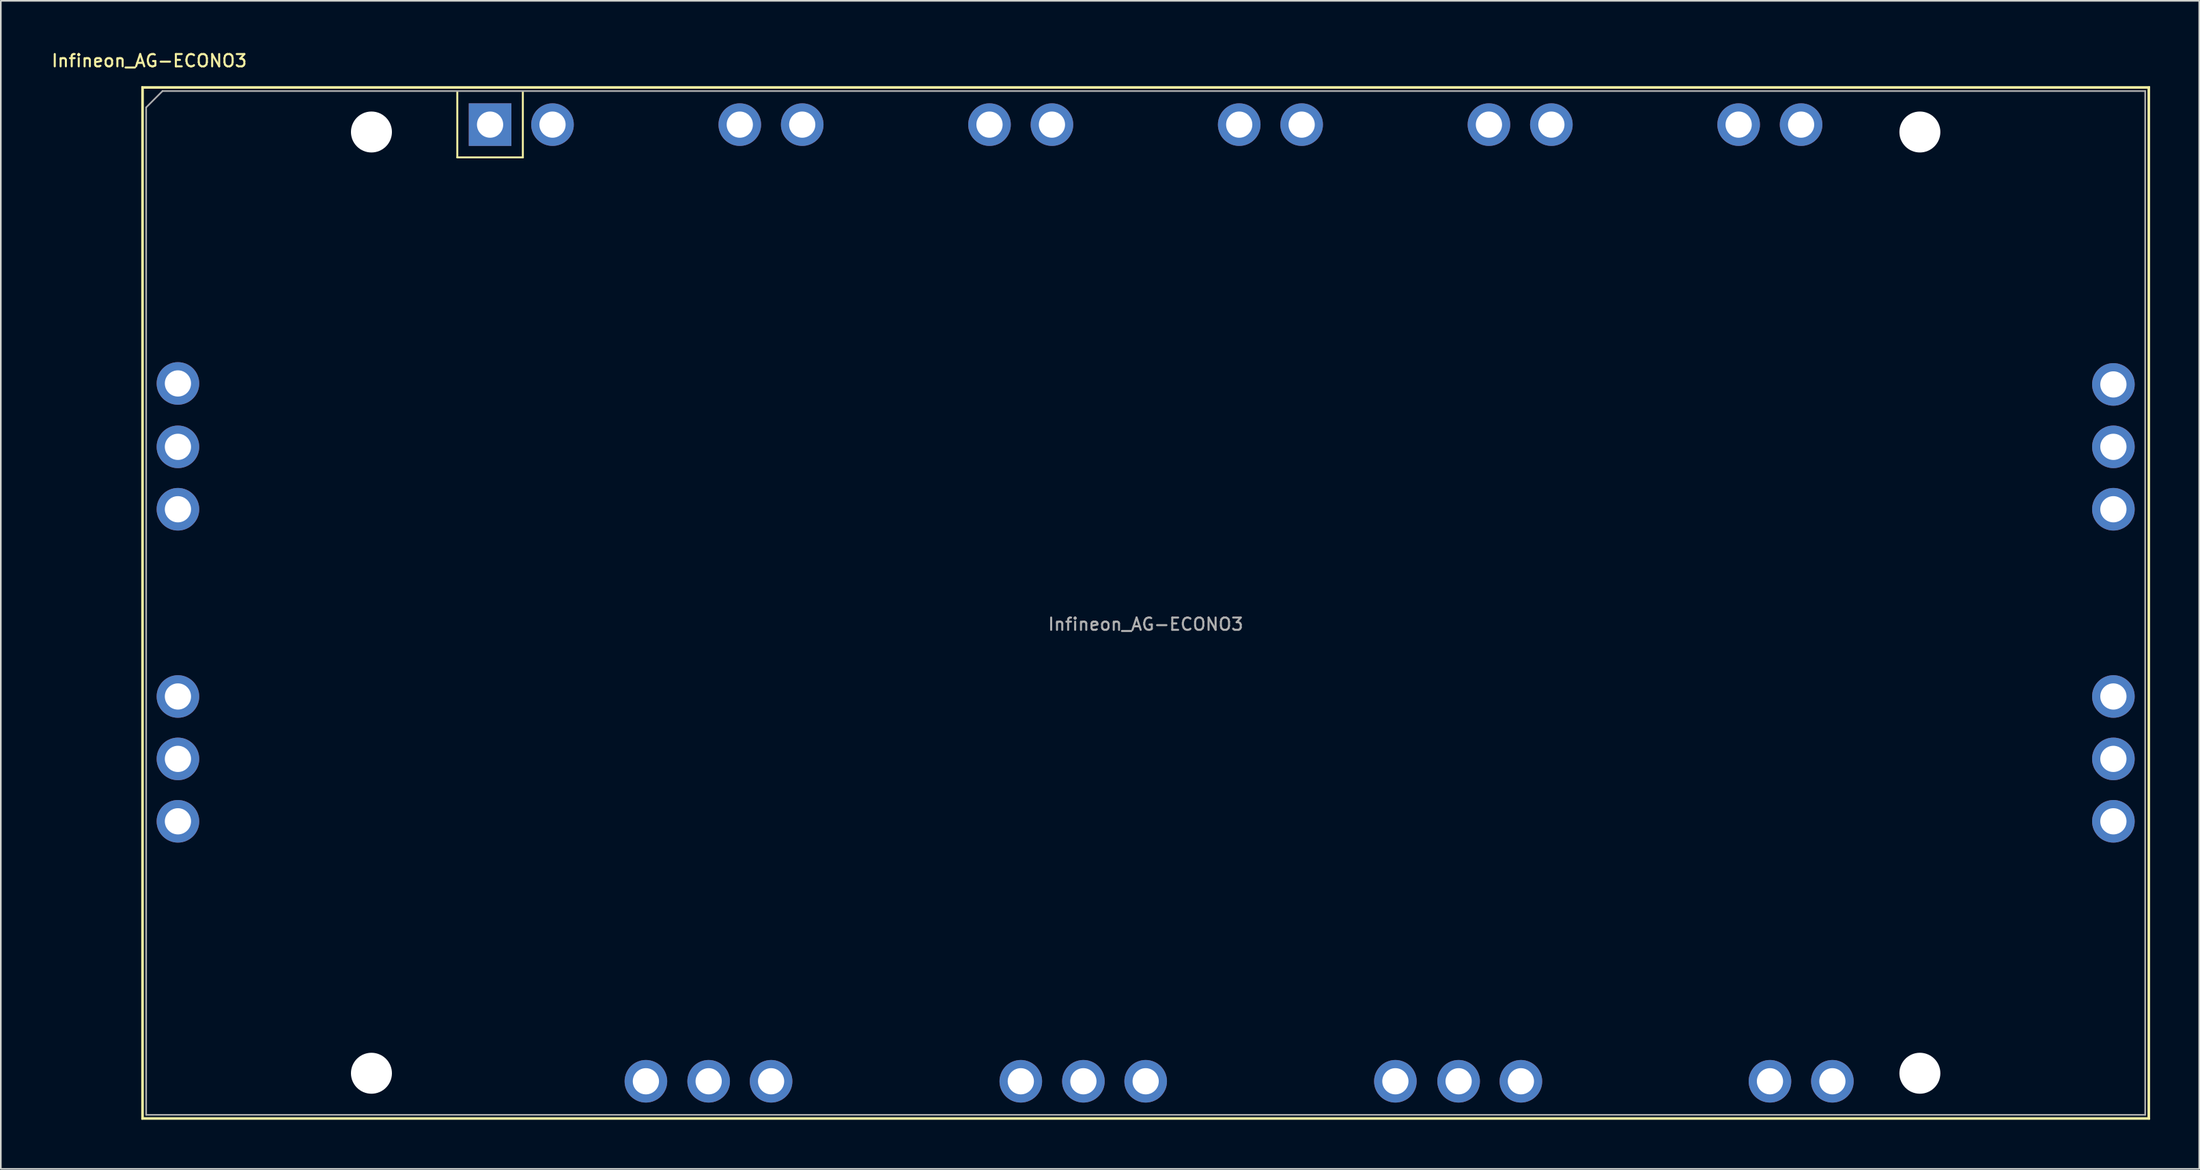
<source format=kicad_pcb>
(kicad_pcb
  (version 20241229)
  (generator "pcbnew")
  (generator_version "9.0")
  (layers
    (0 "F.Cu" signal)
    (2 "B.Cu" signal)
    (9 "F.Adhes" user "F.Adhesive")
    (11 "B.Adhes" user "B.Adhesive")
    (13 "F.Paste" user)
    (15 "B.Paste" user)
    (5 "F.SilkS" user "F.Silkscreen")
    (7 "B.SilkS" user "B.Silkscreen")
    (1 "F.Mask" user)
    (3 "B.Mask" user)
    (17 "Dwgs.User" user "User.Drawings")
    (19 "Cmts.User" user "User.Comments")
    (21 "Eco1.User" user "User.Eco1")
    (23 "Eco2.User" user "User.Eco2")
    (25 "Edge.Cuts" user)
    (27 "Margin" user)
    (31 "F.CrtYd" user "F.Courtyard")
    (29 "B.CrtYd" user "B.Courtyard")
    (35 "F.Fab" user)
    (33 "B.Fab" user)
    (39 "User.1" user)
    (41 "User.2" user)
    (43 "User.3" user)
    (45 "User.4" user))
  (footprint "Infineon_AG-ECONO3"
    (layer "F.Cu")
    (at 26.859 4.558)
    (property "Reference" "Infineon_AG-ECONO3" (at -20.8 -3.9 0) (layer "F.SilkS") (effects (font (size 0.75 0.75) (thickness 0.125))))
    (attr through_hole)
    (fp_line (start -21.24 -2.3) (end -21.24 60.7) (stroke (width 0.1) (type solid)) (layer "F.SilkS"))
    (fp_line (start -21.24 60.7) (end 101.26 60.7) (stroke (width 0.1) (type solid)) (layer "F.SilkS"))
    (fp_line (start -21.19 -2.25) (end 101.21 -2.25) (stroke (width 0.12) (type solid)) (layer "F.SilkS"))
    (fp_line (start -21.19 60.65) (end -21.19 -2.25) (stroke (width 0.12) (type solid)) (layer "F.SilkS"))
    (fp_line (start -2 -2) (end -2 2) (stroke (width 0.12) (type solid)) (layer "F.SilkS"))
    (fp_line (start -2 2) (end 2 2) (stroke (width 0.12) (type solid)) (layer "F.SilkS"))
    (fp_line (start 2 2) (end 2 -2) (stroke (width 0.12) (type solid)) (layer "F.SilkS"))
    (fp_line (start 101.21 -2.25) (end 101.21 60.65) (stroke (width 0.12) (type solid)) (layer "F.SilkS"))
    (fp_line (start 101.21 60.65) (end -21.19 60.65) (stroke (width 0.12) (type solid)) (layer "F.SilkS"))
    (fp_line (start 101.26 -2.3) (end -21.24 -2.3) (stroke (width 0.1) (type solid)) (layer "F.SilkS"))
    (fp_line (start 101.26 60.7) (end 101.26 -2.3) (stroke (width 0.1) (type solid)) (layer "F.SilkS"))
    (fp_line (start -20.99 60.45) (end -20.99 -1.05) (stroke (width 0.1) (type solid)) (layer "F.Fab"))
    (fp_line (start -19.99 -2.05) (end -20.99 -1.05) (stroke (width 0.1) (type solid)) (layer "F.Fab"))
    (fp_line (start -19.99 -2.05) (end 101.01 -2.05) (stroke (width 0.1) (type solid)) (layer "F.Fab"))
    (fp_line (start 101.01 -2.05) (end 101.01 60.45) (stroke (width 0.1) (type solid)) (layer "F.Fab"))
    (fp_line (start 101.01 60.45) (end -20.99 60.45) (stroke (width 0.1) (type solid)) (layer "F.Fab"))
    (fp_text user "${REFERENCE}" (at 40.01 30.5 180) (layer "F.Fab") (effects (font (size 0.75 0.75) (thickness 0.125))))
    (pad "" np_thru_hole circle (at -7.24 0.45) (size 2.5 2.5) (drill 2.5) (layers "*.Cu" "*.Mask"))
    (pad "" np_thru_hole circle (at -7.24 57.91) (size 2.5 2.5) (drill 2.5) (layers "*.Cu" "*.Mask"))
    (pad "" np_thru_hole circle (at 87.26 0.45) (size 2.5 2.5) (drill 2.5) (layers "*.Cu" "*.Mask"))
    (pad "" np_thru_hole circle (at 87.26 57.91) (size 2.5 2.5) (drill 2.5) (layers "*.Cu" "*.Mask"))
    (pad "1" thru_hole rect (at 0 0) (size 2.6 2.6) (drill 1.6) (layers "*.Cu" "*.Mask"))
    (pad "2" thru_hole circle (at 3.81 0) (size 2.6 2.6) (drill 1.6) (layers "*.Cu" "*.Mask"))
    (pad "3" thru_hole circle (at 15.24 0) (size 2.6 2.6) (drill 1.6) (layers "*.Cu" "*.Mask"))
    (pad "4" thru_hole circle (at 19.05 0) (size 2.6 2.6) (drill 1.6) (layers "*.Cu" "*.Mask"))
    (pad "5" thru_hole circle (at 30.48 0) (size 2.6 2.6) (drill 1.6) (layers "*.Cu" "*.Mask"))
    (pad "6" thru_hole circle (at 34.29 0) (size 2.6 2.6) (drill 1.6) (layers "*.Cu" "*.Mask"))
    (pad "7" thru_hole circle (at 45.72 0) (size 2.6 2.6) (drill 1.6) (layers "*.Cu" "*.Mask"))
    (pad "8" thru_hole circle (at 49.53 0) (size 2.6 2.6) (drill 1.6) (layers "*.Cu" "*.Mask"))
    (pad "9" thru_hole circle (at 60.96 0) (size 2.6 2.6) (drill 1.6) (layers "*.Cu" "*.Mask"))
    (pad "10" thru_hole circle (at 64.77 0) (size 2.6 2.6) (drill 1.6) (layers "*.Cu" "*.Mask"))
    (pad "11" thru_hole circle (at 76.2 0) (size 2.6 2.6) (drill 1.6) (layers "*.Cu" "*.Mask"))
    (pad "12" thru_hole circle (at 80.01 0) (size 2.6 2.6) (drill 1.6) (layers "*.Cu" "*.Mask"))
    (pad "13" thru_hole circle (at 99.07 15.86) (size 2.6 2.6) (drill 1.6) (layers "*.Cu" "*.Mask"))
    (pad "14" thru_hole circle (at 99.07 19.67) (size 2.6 2.6) (drill 1.6) (layers "*.Cu" "*.Mask"))
    (pad "15" thru_hole circle (at 99.07 23.48) (size 2.6 2.6) (drill 1.6) (layers "*.Cu" "*.Mask"))
    (pad "16" thru_hole circle (at 99.07 34.91) (size 2.6 2.6) (drill 1.6) (layers "*.Cu" "*.Mask"))
    (pad "17" thru_hole circle (at 99.07 38.72) (size 2.6 2.6) (drill 1.6) (layers "*.Cu" "*.Mask"))
    (pad "18" thru_hole circle (at 99.07 42.53) (size 2.6 2.6) (drill 1.6) (layers "*.Cu" "*.Mask"))
    (pad "19" thru_hole circle (at 81.92 58.4) (size 2.6 2.6) (drill 1.6) (layers "*.Cu" "*.Mask"))
    (pad "20" thru_hole circle (at 78.11 58.4) (size 2.6 2.6) (drill 1.6) (layers "*.Cu" "*.Mask"))
    (pad "21" thru_hole circle (at 62.91 58.4) (size 2.6 2.6) (drill 1.6) (layers "*.Cu" "*.Mask"))
    (pad "22" thru_hole circle (at 59.11 58.4) (size 2.6 2.6) (drill 1.6) (layers "*.Cu" "*.Mask"))
    (pad "23" thru_hole circle (at 55.25 58.4) (size 2.6 2.6) (drill 1.6) (layers "*.Cu" "*.Mask"))
    (pad "24" thru_hole circle (at 40.01 58.4) (size 2.6 2.6) (drill 1.6) (layers "*.Cu" "*.Mask"))
    (pad "25" thru_hole circle (at 36.21 58.4) (size 2.6 2.6) (drill 1.6) (layers "*.Cu" "*.Mask"))
    (pad "26" thru_hole circle (at 32.39 58.4) (size 2.6 2.6) (drill 1.6) (layers "*.Cu" "*.Mask"))
    (pad "27" thru_hole circle (at 17.15 58.4) (size 2.6 2.6) (drill 1.6) (layers "*.Cu" "*.Mask"))
    (pad "28" thru_hole circle (at 13.34 58.4) (size 2.6 2.6) (drill 1.6) (layers "*.Cu" "*.Mask"))
    (pad "29" thru_hole circle (at 9.51 58.4) (size 2.6 2.6) (drill 1.6) (layers "*.Cu" "*.Mask"))
    (pad "30" thru_hole circle (at -19.05 42.53) (size 2.6 2.6) (drill 1.6) (layers "*.Cu" "*.Mask"))
    (pad "31" thru_hole circle (at -19.05 38.72) (size 2.6 2.6) (drill 1.6) (layers "*.Cu" "*.Mask"))
    (pad "32" thru_hole circle (at -19.05 34.91) (size 2.6 2.6) (drill 1.6) (layers "*.Cu" "*.Mask"))
    (pad "33" thru_hole circle (at -19.05 23.48) (size 2.6 2.6) (drill 1.6) (layers "*.Cu" "*.Mask"))
    (pad "34" thru_hole circle (at -19.05 19.67) (size 2.6 2.6) (drill 1.6) (layers "*.Cu" "*.Mask"))
    (pad "35" thru_hole circle (at -19.05 15.8) (size 2.6 2.6) (drill 1.6) (layers "*.Cu" "*.Mask"))
    (zone (net_name "") (layers "F.Cu" "B.Cu") (name "MH") (hatch full 0.508) (connect_pads) (min_thickness 0.254) (filled_areas_thickness no) (keepout (tracks not_allowed) (vias not_allowed) (pads not_allowed) (copperpour not_allowed) (footprints not_allowed)) (placement (enabled no)) (fill) (polygon (pts (xy 17.374 8.758) (xy 17.355 8.297) (xy 17.297 7.84) (xy 17.201 7.389) (xy 17.068 6.948) (xy 16.898 6.519) (xy 16.693 6.106) (xy 16.454 5.712) (xy 16.183 5.339) (xy 15.882 4.99) (xy 15.552 4.667) (xy 15.197 4.373) (xy 14.819 4.11) (xy 14.419 3.88) (xy 14.002 3.683) (xy 13.57 3.523) (xy 13.126 3.399) (xy 12.673 3.312) (xy 12.215 3.264) (xy 11.754 3.254) (xy 11.294 3.283) (xy 10.837 3.351) (xy 10.389 3.456) (xy 9.95 3.598) (xy 9.525 3.777) (xy 9.116 3.991) (xy 8.727 4.238) (xy 8.36 4.516) (xy 8.017 4.825) (xy 7.702 5.161) (xy 7.415 5.522) (xy 7.16 5.906) (xy 6.938 6.31) (xy 6.751 6.732) (xy 6.599 7.167) (xy 6.484 7.614) (xy 6.407 8.068) (xy 6.369 8.528) (xy 6.369 8.989) (xy 6.407 9.448) (xy 6.484 9.903) (xy 6.599 10.349) (xy 6.751 10.785) (xy 6.938 11.206) (xy 7.16 11.61) (xy 7.415 11.994) (xy 7.702 12.355) (xy 8.017 12.691) (xy 8.36 13) (xy 8.727 13.279) (xy 9.116 13.526) (xy 9.525 13.739) (xy 9.95 13.918) (xy 10.389 14.06) (xy 10.837 14.166) (xy 11.294 14.233) (xy 11.754 14.262) (xy 12.215 14.252) (xy 12.673 14.204) (xy 13.126 14.118) (xy 13.57 13.994) (xy 14.002 13.833) (xy 14.419 13.637) (xy 14.819 13.406) (xy 15.197 13.143) (xy 15.552 12.849) (xy 15.882 12.527) (xy 16.183 12.178) (xy 16.454 11.805) (xy 16.693 11.41) (xy 16.898 10.997) (xy 17.068 10.569) (xy 17.201 10.127) (xy 17.297 9.676) (xy 17.355 9.219))))
    (zone (net_name "") (layers "F.Cu" "B.Cu") (name "MH") (hatch full 0.508) (connect_pads) (min_thickness 0.254) (filled_areas_thickness no) (keepout (tracks not_allowed) (vias not_allowed) (pads not_allowed) (copperpour not_allowed) (footprints not_allowed)) (placement (enabled no)) (fill) (polygon (pts (xy 17.374 58.758) (xy 17.355 58.297) (xy 17.297 57.84) (xy 17.201 57.389) (xy 17.068 56.948) (xy 16.898 56.519) (xy 16.693 56.106) (xy 16.454 55.712) (xy 16.183 55.339) (xy 15.882 54.99) (xy 15.552 54.667) (xy 15.197 54.373) (xy 14.819 54.11) (xy 14.419 53.88) (xy 14.002 53.683) (xy 13.57 53.523) (xy 13.126 53.399) (xy 12.673 53.312) (xy 12.215 53.264) (xy 11.754 53.254) (xy 11.294 53.283) (xy 10.837 53.351) (xy 10.389 53.456) (xy 9.95 53.598) (xy 9.525 53.777) (xy 9.116 53.991) (xy 8.727 54.238) (xy 8.36 54.516) (xy 8.017 54.825) (xy 7.702 55.161) (xy 7.415 55.522) (xy 7.16 55.906) (xy 6.938 56.31) (xy 6.751 56.732) (xy 6.599 57.167) (xy 6.484 57.614) (xy 6.407 58.068) (xy 6.369 58.528) (xy 6.369 58.989) (xy 6.407 59.448) (xy 6.484 59.903) (xy 6.599 60.349) (xy 6.751 60.785) (xy 6.938 61.206) (xy 7.16 61.61) (xy 7.415 61.994) (xy 7.702 62.355) (xy 8.017 62.691) (xy 8.36 63) (xy 8.727 63.279) (xy 9.116 63.526) (xy 9.525 63.739) (xy 9.95 63.918) (xy 10.389 64.06) (xy 10.837 64.166) (xy 11.294 64.233) (xy 11.754 64.262) (xy 12.215 64.252) (xy 12.673 64.204) (xy 13.126 64.118) (xy 13.57 63.994) (xy 14.002 63.833) (xy 14.419 63.637) (xy 14.819 63.406) (xy 15.197 63.143) (xy 15.552 62.849) (xy 15.882 62.527) (xy 16.183 62.178) (xy 16.454 61.805) (xy 16.693 61.41) (xy 16.898 60.997) (xy 17.068 60.569) (xy 17.201 60.127) (xy 17.297 59.676) (xy 17.355 59.219))))
    (zone (net_name "") (layers "F.Cu" "B.Cu") (name "MH") (hatch full 0.508) (connect_pads) (min_thickness 0.254) (filled_areas_thickness no) (keepout (tracks not_allowed) (vias not_allowed) (pads not_allowed) (copperpour not_allowed) (footprints not_allowed)) (placement (enabled no)) (fill) (polygon (pts (xy 127.374 8.758) (xy 127.355 8.297) (xy 127.297 7.84) (xy 127.201 7.389) (xy 127.068 6.948) (xy 126.898 6.519) (xy 126.693 6.106) (xy 126.454 5.712) (xy 126.183 5.339) (xy 125.882 4.99) (xy 125.552 4.667) (xy 125.197 4.373) (xy 124.819 4.11) (xy 124.419 3.88) (xy 124.002 3.683) (xy 123.57 3.523) (xy 123.126 3.399) (xy 122.673 3.312) (xy 122.215 3.264) (xy 121.754 3.254) (xy 121.294 3.283) (xy 120.837 3.351) (xy 120.389 3.456) (xy 119.95 3.598) (xy 119.525 3.777) (xy 119.116 3.991) (xy 118.727 4.238) (xy 118.36 4.516) (xy 118.017 4.825) (xy 117.702 5.161) (xy 117.415 5.522) (xy 117.16 5.906) (xy 116.938 6.31) (xy 116.751 6.732) (xy 116.599 7.167) (xy 116.484 7.614) (xy 116.407 8.068) (xy 116.369 8.528) (xy 116.369 8.989) (xy 116.407 9.448) (xy 116.484 9.903) (xy 116.599 10.349) (xy 116.751 10.785) (xy 116.938 11.206) (xy 117.16 11.61) (xy 117.415 11.994) (xy 117.702 12.355) (xy 118.017 12.691) (xy 118.36 13) (xy 118.727 13.279) (xy 119.116 13.526) (xy 119.525 13.739) (xy 119.95 13.918) (xy 120.389 14.06) (xy 120.837 14.166) (xy 121.294 14.233) (xy 121.754 14.262) (xy 122.215 14.252) (xy 122.673 14.204) (xy 123.126 14.118) (xy 123.57 13.994) (xy 124.002 13.833) (xy 124.419 13.637) (xy 124.819 13.406) (xy 125.197 13.143) (xy 125.552 12.849) (xy 125.882 12.527) (xy 126.183 12.178) (xy 126.454 11.805) (xy 126.693 11.41) (xy 126.898 10.997) (xy 127.068 10.569) (xy 127.201 10.127) (xy 127.297 9.676) (xy 127.355 9.219))))
    (zone (net_name "") (layers "F.Cu" "B.Cu") (name "MH") (hatch full 0.508) (connect_pads) (min_thickness 0.254) (filled_areas_thickness no) (keepout (tracks not_allowed) (vias not_allowed) (pads not_allowed) (copperpour not_allowed) (footprints not_allowed)) (placement (enabled no)) (fill) (polygon (pts (xy 127.374 58.758) (xy 127.355 58.297) (xy 127.297 57.84) (xy 127.201 57.389) (xy 127.068 56.948) (xy 126.898 56.519) (xy 126.693 56.106) (xy 126.454 55.712) (xy 126.183 55.339) (xy 125.882 54.99) (xy 125.552 54.667) (xy 125.197 54.373) (xy 124.819 54.11) (xy 124.419 53.88) (xy 124.002 53.683) (xy 123.57 53.523) (xy 123.126 53.399) (xy 122.673 53.312) (xy 122.215 53.264) (xy 121.754 53.254) (xy 121.294 53.283) (xy 120.837 53.351) (xy 120.389 53.456) (xy 119.95 53.598) (xy 119.525 53.777) (xy 119.116 53.991) (xy 118.727 54.238) (xy 118.36 54.516) (xy 118.017 54.825) (xy 117.702 55.161) (xy 117.415 55.522) (xy 117.16 55.906) (xy 116.938 56.31) (xy 116.751 56.732) (xy 116.599 57.167) (xy 116.484 57.614) (xy 116.407 58.068) (xy 116.369 58.528) (xy 116.369 58.989) (xy 116.407 59.448) (xy 116.484 59.903) (xy 116.599 60.349) (xy 116.751 60.785) (xy 116.938 61.206) (xy 117.16 61.61) (xy 117.415 61.994) (xy 117.702 62.355) (xy 118.017 62.691) (xy 118.36 63) (xy 118.727 63.279) (xy 119.116 63.526) (xy 119.525 63.739) (xy 119.95 63.918) (xy 120.389 64.06) (xy 120.837 64.166) (xy 121.294 64.233) (xy 121.754 64.262) (xy 122.215 64.252) (xy 122.673 64.204) (xy 123.126 64.118) (xy 123.57 63.994) (xy 124.002 63.833) (xy 124.419 63.637) (xy 124.819 63.406) (xy 125.197 63.143) (xy 125.552 62.849) (xy 125.882 62.527) (xy 126.183 62.178) (xy 126.454 61.805) (xy 126.693 61.41) (xy 126.898 60.997) (xy 127.068 60.569) (xy 127.201 60.127) (xy 127.297 59.676) (xy 127.355 59.219)))))
  (gr_rect
    (start -3 -3)
    (end 131.169 68.308)
    (stroke (width 0.1) (type default))
    (fill no)
    (layer "Edge.Cuts")))
</source>
